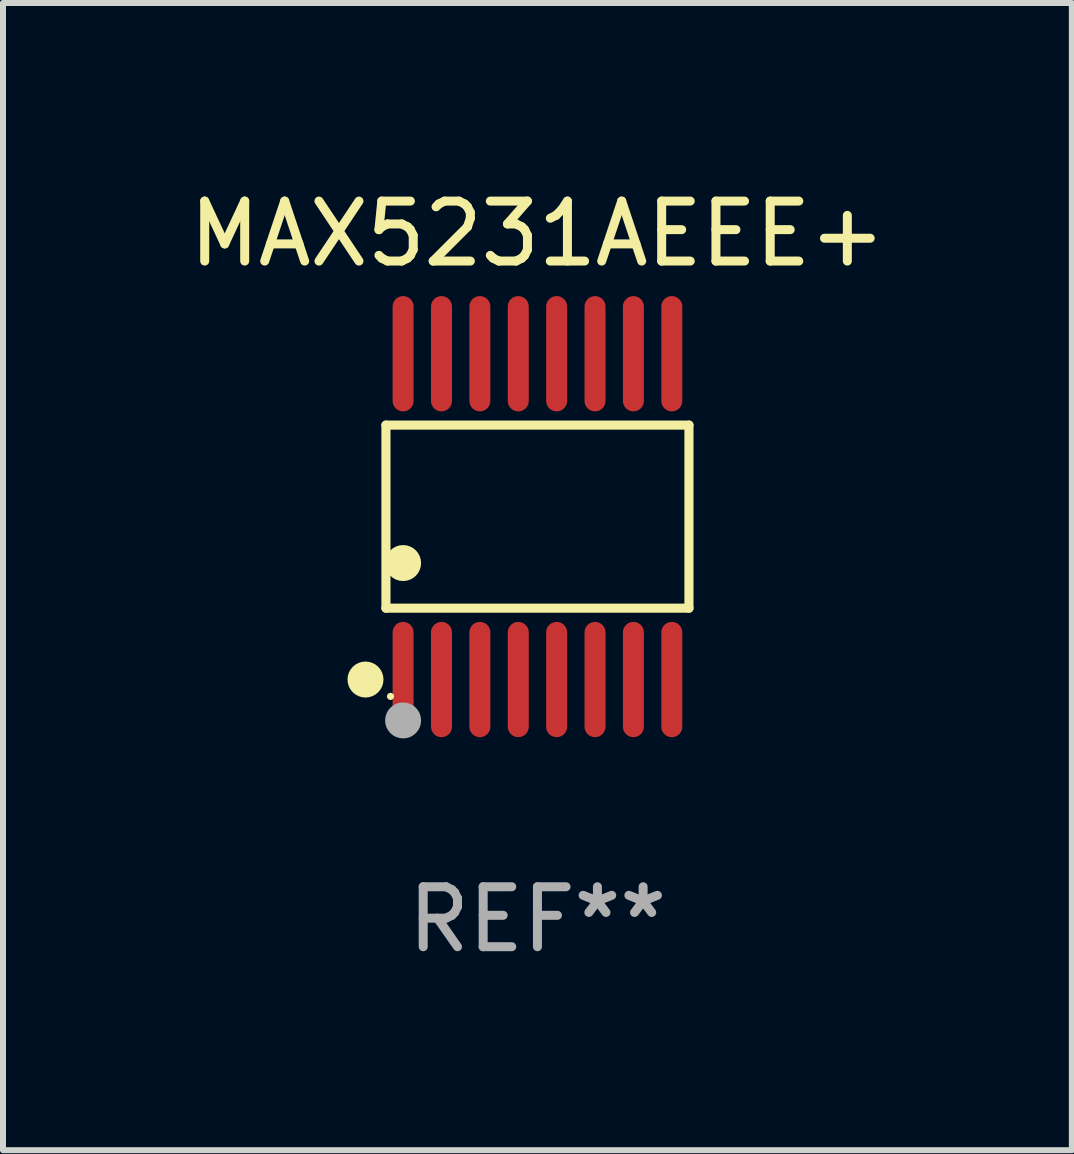
<source format=kicad_pcb>
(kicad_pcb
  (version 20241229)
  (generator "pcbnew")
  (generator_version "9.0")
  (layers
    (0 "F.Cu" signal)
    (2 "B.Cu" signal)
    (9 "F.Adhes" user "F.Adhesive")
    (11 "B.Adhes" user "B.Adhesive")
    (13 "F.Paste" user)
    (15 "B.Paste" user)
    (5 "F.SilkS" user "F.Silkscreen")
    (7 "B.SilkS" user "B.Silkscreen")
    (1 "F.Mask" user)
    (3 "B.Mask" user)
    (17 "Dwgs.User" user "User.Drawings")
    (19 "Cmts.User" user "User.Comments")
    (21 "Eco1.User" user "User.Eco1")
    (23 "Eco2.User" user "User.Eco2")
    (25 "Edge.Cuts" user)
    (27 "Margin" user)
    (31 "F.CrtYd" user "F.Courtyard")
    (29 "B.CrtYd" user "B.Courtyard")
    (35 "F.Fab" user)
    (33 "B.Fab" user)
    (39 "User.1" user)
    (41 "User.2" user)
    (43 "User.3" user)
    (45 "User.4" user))
  (footprint "MAX5231AEEE+"
    (layer "F.Cu")
    (at 5.911 5.564)
    (property "Reference" "MAX5231AEEE+" (at 0 -4.716 0) (layer "F.SilkS") (effects (font (size 1 1) (thickness 0.15))))
    (attr through_hole)
    (fp_line (start -2.526 -1.526) (end 2.526 -1.526) (stroke (width 0.152) (type solid)) (layer "F.SilkS"))
    (fp_line (start -2.526 1.526) (end -2.526 -1.526) (stroke (width 0.152) (type solid)) (layer "F.SilkS"))
    (fp_line (start 2.526 -1.526) (end 2.526 1.526) (stroke (width 0.152) (type solid)) (layer "F.SilkS"))
    (fp_line (start 2.526 1.526) (end -2.526 1.526) (stroke (width 0.152) (type solid)) (layer "F.SilkS"))
    (fp_circle (center -2.867 2.716) (end -2.717 2.716) (stroke (width 0.3) (type solid)) (fill no) (layer "F.SilkS"))
    (fp_circle (center -2.45 2.997) (end -2.42 2.997) (stroke (width 0.06) (type solid)) (fill no) (layer "F.SilkS"))
    (fp_circle (center -2.24 0.774) (end -2.09 0.774) (stroke (width 0.3) (type solid)) (fill no) (layer "F.SilkS"))
    (fp_circle (center -2.24 3.398) (end -2.09 3.398) (stroke (width 0.3) (type solid)) (fill no) (layer "F.Fab"))
    (fp_text user "REF**" (at 0 6.716 0) (layer "F.Fab") (effects (font (size 1 1) (thickness 0.15))))
    (pad "1" smd oval (at -2.24 2.716) (size 0.35 1.922) (layers "F.Cu" "F.Mask" "F.Paste"))
    (pad "2" smd oval (at -1.6 2.716) (size 0.35 1.922) (layers "F.Cu" "F.Mask" "F.Paste"))
    (pad "3" smd oval (at -0.96 2.716) (size 0.35 1.922) (layers "F.Cu" "F.Mask" "F.Paste"))
    (pad "4" smd oval (at -0.32 2.716) (size 0.35 1.922) (layers "F.Cu" "F.Mask" "F.Paste"))
    (pad "5" smd oval (at 0.32 2.716) (size 0.35 1.922) (layers "F.Cu" "F.Mask" "F.Paste"))
    (pad "6" smd oval (at 0.96 2.716) (size 0.35 1.922) (layers "F.Cu" "F.Mask" "F.Paste"))
    (pad "7" smd oval (at 1.6 2.716) (size 0.35 1.922) (layers "F.Cu" "F.Mask" "F.Paste"))
    (pad "8" smd oval (at 2.24 2.716) (size 0.35 1.922) (layers "F.Cu" "F.Mask" "F.Paste"))
    (pad "9" smd oval (at 2.24 -2.716) (size 0.35 1.922) (layers "F.Cu" "F.Mask" "F.Paste"))
    (pad "10" smd oval (at 1.6 -2.716) (size 0.35 1.922) (layers "F.Cu" "F.Mask" "F.Paste"))
    (pad "11" smd oval (at 0.96 -2.716) (size 0.35 1.922) (layers "F.Cu" "F.Mask" "F.Paste"))
    (pad "12" smd oval (at 0.32 -2.716) (size 0.35 1.922) (layers "F.Cu" "F.Mask" "F.Paste"))
    (pad "13" smd oval (at -0.32 -2.716) (size 0.35 1.922) (layers "F.Cu" "F.Mask" "F.Paste"))
    (pad "14" smd oval (at -0.96 -2.716) (size 0.35 1.922) (layers "F.Cu" "F.Mask" "F.Paste"))
    (pad "15" smd oval (at -1.6 -2.716) (size 0.35 1.922) (layers "F.Cu" "F.Mask" "F.Paste"))
    (pad "16" smd oval (at -2.24 -2.716) (size 0.35 1.922) (layers "F.Cu" "F.Mask" "F.Paste")))
  (gr_rect
    (start -3 -3)
    (end 14.821 16.128)
    (stroke (width 0.1) (type default))
    (fill no)
    (layer "Edge.Cuts")))
</source>
